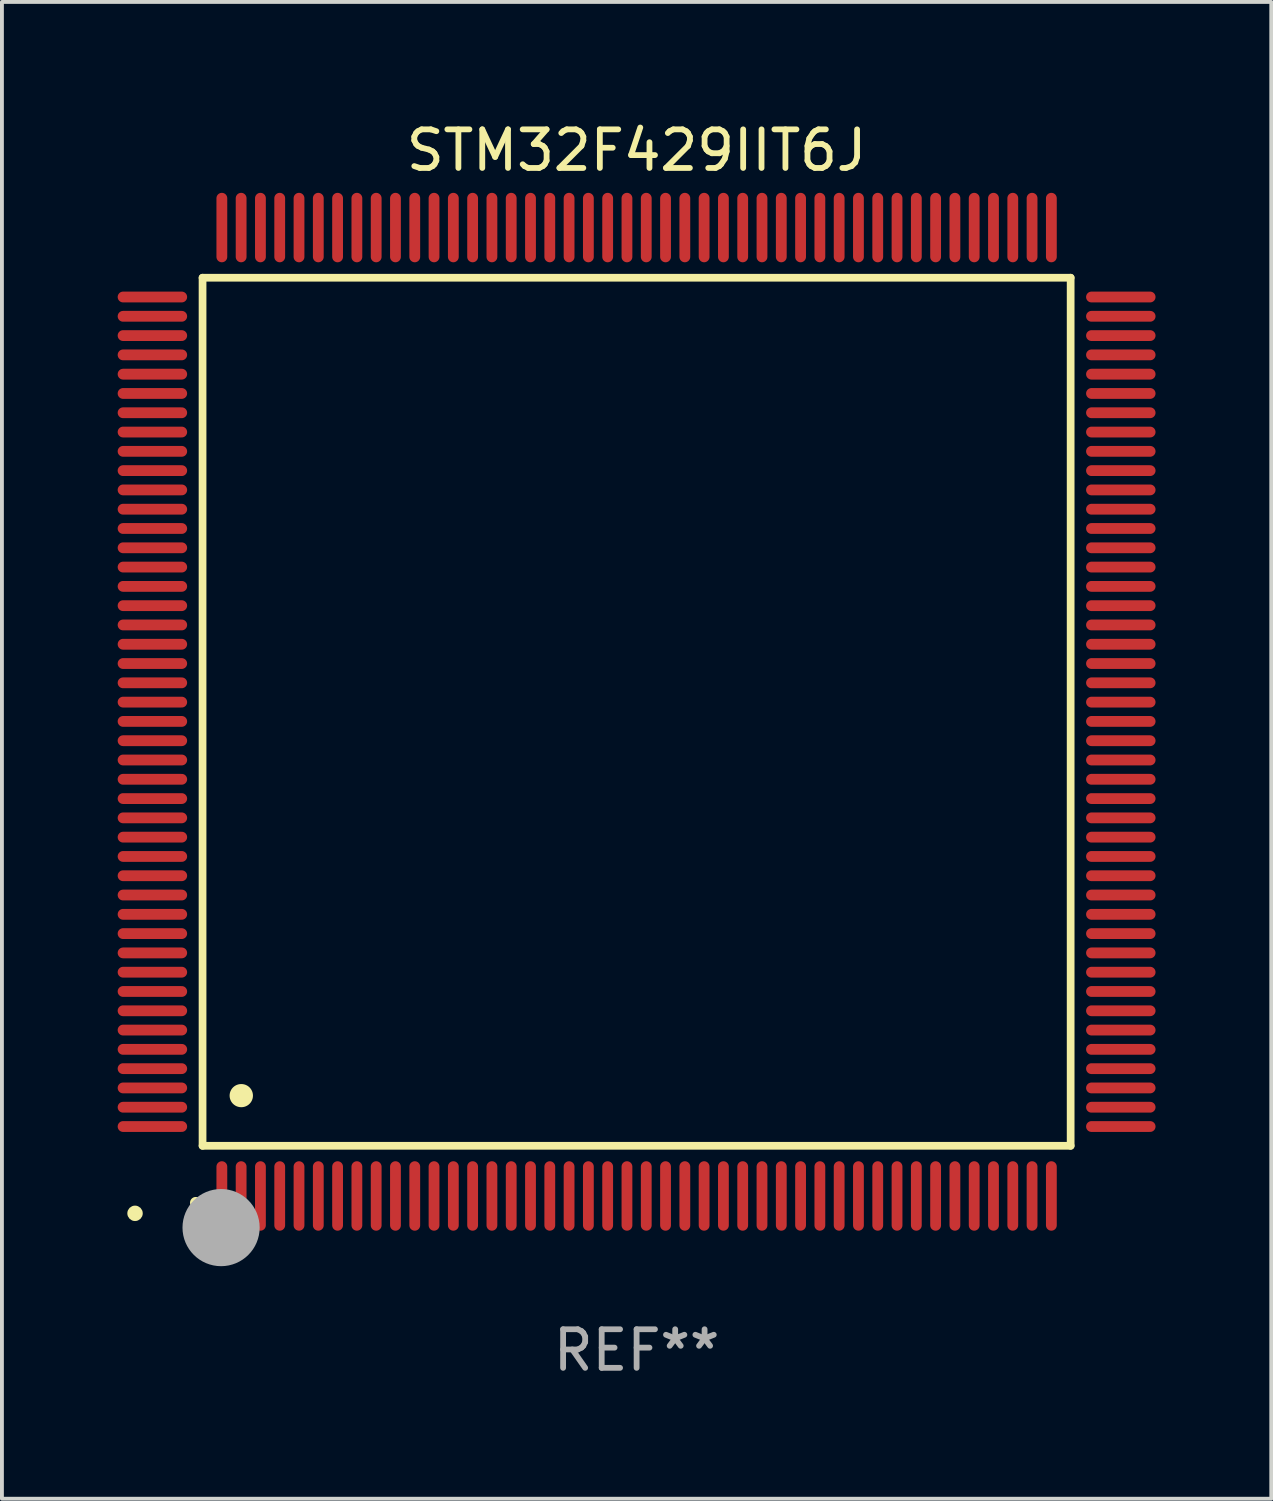
<source format=kicad_pcb>
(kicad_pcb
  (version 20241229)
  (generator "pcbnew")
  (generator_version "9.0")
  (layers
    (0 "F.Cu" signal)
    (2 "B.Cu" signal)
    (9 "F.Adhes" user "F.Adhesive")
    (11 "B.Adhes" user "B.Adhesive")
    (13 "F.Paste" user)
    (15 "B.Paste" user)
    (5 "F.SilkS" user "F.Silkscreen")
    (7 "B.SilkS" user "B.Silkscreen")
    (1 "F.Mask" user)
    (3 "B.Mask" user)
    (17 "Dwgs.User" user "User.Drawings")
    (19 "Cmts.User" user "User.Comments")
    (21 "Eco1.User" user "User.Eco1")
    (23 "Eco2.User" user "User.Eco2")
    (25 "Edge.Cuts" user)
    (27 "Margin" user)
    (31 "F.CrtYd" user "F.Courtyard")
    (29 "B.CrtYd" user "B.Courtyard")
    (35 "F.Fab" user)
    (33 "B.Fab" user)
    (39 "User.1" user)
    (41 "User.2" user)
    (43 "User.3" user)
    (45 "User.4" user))
  (footprint "STM32F429IIT6J"
    (layer "F.Cu")
    (at 13.45 15.398)
    (property "Reference" "STM32F429IIT6J" (at 0 -14.55 0) (layer "F.SilkS") (effects (font (size 1 1) (thickness 0.15))))
    (attr through_hole)
    (fp_line (start -11.25 -11.25) (end 11.25 -11.25) (stroke (width 0.2) (type solid)) (layer "F.SilkS"))
    (fp_line (start -11.25 11.25) (end -11.25 -11.25) (stroke (width 0.2) (type solid)) (layer "F.SilkS"))
    (fp_line (start 11.25 -11.25) (end 11.25 11.25) (stroke (width 0.2) (type solid)) (layer "F.SilkS"))
    (fp_line (start 11.25 11.25) (end -11.25 11.25) (stroke (width 0.2) (type solid)) (layer "F.SilkS"))
    (fp_arc (start -11.424943 12.725425) (mid -11.423673 12.72542) (end -11.422403 12.725425) (stroke (width 0.3) (type solid)) (layer "F.SilkS"))
    (fp_arc (start -10.24892 9.9492) (mid -10.24638 9.949189) (end -10.24384 9.9492) (stroke (width 0.6) (type solid)) (layer "F.SilkS"))
    (fp_circle (center -13 13) (end -12.9 13) (stroke (width 0.2) (type solid)) (fill no) (layer "F.SilkS"))
    (fp_circle (center -10.77 13.37) (end -10.27 13.37) (stroke (width 1) (type solid)) (fill no) (layer "F.Fab"))
    (fp_text user "REF**" (at 0 16.55 0) (layer "F.Fab") (effects (font (size 1 1) (thickness 0.15))))
    (pad "1" smd oval (at -10.75 12.55) (size 0.28 1.8) (layers "F.Cu" "F.Mask" "F.Paste"))
    (pad "2" smd oval (at -10.25 12.55) (size 0.28 1.8) (layers "F.Cu" "F.Mask" "F.Paste"))
    (pad "3" smd oval (at -9.75 12.55) (size 0.28 1.8) (layers "F.Cu" "F.Mask" "F.Paste"))
    (pad "4" smd oval (at -9.25 12.55) (size 0.28 1.8) (layers "F.Cu" "F.Mask" "F.Paste"))
    (pad "5" smd oval (at -8.75 12.55) (size 0.28 1.8) (layers "F.Cu" "F.Mask" "F.Paste"))
    (pad "6" smd oval (at -8.25 12.55) (size 0.28 1.8) (layers "F.Cu" "F.Mask" "F.Paste"))
    (pad "7" smd oval (at -7.75 12.55) (size 0.28 1.8) (layers "F.Cu" "F.Mask" "F.Paste"))
    (pad "8" smd oval (at -7.25 12.55) (size 0.28 1.8) (layers "F.Cu" "F.Mask" "F.Paste"))
    (pad "9" smd oval (at -6.75 12.55) (size 0.28 1.8) (layers "F.Cu" "F.Mask" "F.Paste"))
    (pad "10" smd oval (at -6.25 12.55) (size 0.28 1.8) (layers "F.Cu" "F.Mask" "F.Paste"))
    (pad "11" smd oval (at -5.75 12.55) (size 0.28 1.8) (layers "F.Cu" "F.Mask" "F.Paste"))
    (pad "12" smd oval (at -5.25 12.55) (size 0.28 1.8) (layers "F.Cu" "F.Mask" "F.Paste"))
    (pad "13" smd oval (at -4.75 12.55) (size 0.28 1.8) (layers "F.Cu" "F.Mask" "F.Paste"))
    (pad "14" smd oval (at -4.25 12.55) (size 0.28 1.8) (layers "F.Cu" "F.Mask" "F.Paste"))
    (pad "15" smd oval (at -3.75 12.55) (size 0.28 1.8) (layers "F.Cu" "F.Mask" "F.Paste"))
    (pad "16" smd oval (at -3.25 12.55) (size 0.28 1.8) (layers "F.Cu" "F.Mask" "F.Paste"))
    (pad "17" smd oval (at -2.75 12.55) (size 0.28 1.8) (layers "F.Cu" "F.Mask" "F.Paste"))
    (pad "18" smd oval (at -2.25 12.55) (size 0.28 1.8) (layers "F.Cu" "F.Mask" "F.Paste"))
    (pad "19" smd oval (at -1.75 12.55) (size 0.28 1.8) (layers "F.Cu" "F.Mask" "F.Paste"))
    (pad "20" smd oval (at -1.25 12.55) (size 0.28 1.8) (layers "F.Cu" "F.Mask" "F.Paste"))
    (pad "21" smd oval (at -0.75 12.55) (size 0.28 1.8) (layers "F.Cu" "F.Mask" "F.Paste"))
    (pad "22" smd oval (at -0.25 12.55) (size 0.28 1.8) (layers "F.Cu" "F.Mask" "F.Paste"))
    (pad "23" smd oval (at 0.25 12.55) (size 0.28 1.8) (layers "F.Cu" "F.Mask" "F.Paste"))
    (pad "24" smd oval (at 0.75 12.55) (size 0.28 1.8) (layers "F.Cu" "F.Mask" "F.Paste"))
    (pad "25" smd oval (at 1.25 12.55) (size 0.28 1.8) (layers "F.Cu" "F.Mask" "F.Paste"))
    (pad "26" smd oval (at 1.75 12.55) (size 0.28 1.8) (layers "F.Cu" "F.Mask" "F.Paste"))
    (pad "27" smd oval (at 2.25 12.55) (size 0.28 1.8) (layers "F.Cu" "F.Mask" "F.Paste"))
    (pad "28" smd oval (at 2.75 12.55) (size 0.28 1.8) (layers "F.Cu" "F.Mask" "F.Paste"))
    (pad "29" smd oval (at 3.25 12.55) (size 0.28 1.8) (layers "F.Cu" "F.Mask" "F.Paste"))
    (pad "30" smd oval (at 3.75 12.55) (size 0.28 1.8) (layers "F.Cu" "F.Mask" "F.Paste"))
    (pad "31" smd oval (at 4.25 12.55) (size 0.28 1.8) (layers "F.Cu" "F.Mask" "F.Paste"))
    (pad "32" smd oval (at 4.75 12.55) (size 0.28 1.8) (layers "F.Cu" "F.Mask" "F.Paste"))
    (pad "33" smd oval (at 5.25 12.55) (size 0.28 1.8) (layers "F.Cu" "F.Mask" "F.Paste"))
    (pad "34" smd oval (at 5.75 12.55) (size 0.28 1.8) (layers "F.Cu" "F.Mask" "F.Paste"))
    (pad "35" smd oval (at 6.25 12.55) (size 0.28 1.8) (layers "F.Cu" "F.Mask" "F.Paste"))
    (pad "36" smd oval (at 6.75 12.55) (size 0.28 1.8) (layers "F.Cu" "F.Mask" "F.Paste"))
    (pad "37" smd oval (at 7.25 12.55) (size 0.28 1.8) (layers "F.Cu" "F.Mask" "F.Paste"))
    (pad "38" smd oval (at 7.75 12.55) (size 0.28 1.8) (layers "F.Cu" "F.Mask" "F.Paste"))
    (pad "39" smd oval (at 8.25 12.55) (size 0.28 1.8) (layers "F.Cu" "F.Mask" "F.Paste"))
    (pad "40" smd oval (at 8.75 12.55) (size 0.28 1.8) (layers "F.Cu" "F.Mask" "F.Paste"))
    (pad "41" smd oval (at 9.25 12.55) (size 0.28 1.8) (layers "F.Cu" "F.Mask" "F.Paste"))
    (pad "42" smd oval (at 9.75 12.55) (size 0.28 1.8) (layers "F.Cu" "F.Mask" "F.Paste"))
    (pad "43" smd oval (at 10.25 12.55) (size 0.28 1.8) (layers "F.Cu" "F.Mask" "F.Paste"))
    (pad "44" smd oval (at 10.75 12.55) (size 0.28 1.8) (layers "F.Cu" "F.Mask" "F.Paste"))
    (pad "45" smd oval (at 12.55 10.75) (size 1.8 0.28) (layers "F.Cu" "F.Mask" "F.Paste"))
    (pad "46" smd oval (at 12.55 10.25) (size 1.8 0.28) (layers "F.Cu" "F.Mask" "F.Paste"))
    (pad "47" smd oval (at 12.55 9.75) (size 1.8 0.28) (layers "F.Cu" "F.Mask" "F.Paste"))
    (pad "48" smd oval (at 12.55 9.25) (size 1.8 0.28) (layers "F.Cu" "F.Mask" "F.Paste"))
    (pad "49" smd oval (at 12.55 8.75) (size 1.8 0.28) (layers "F.Cu" "F.Mask" "F.Paste"))
    (pad "50" smd oval (at 12.55 8.25) (size 1.8 0.28) (layers "F.Cu" "F.Mask" "F.Paste"))
    (pad "51" smd oval (at 12.55 7.75) (size 1.8 0.28) (layers "F.Cu" "F.Mask" "F.Paste"))
    (pad "52" smd oval (at 12.55 7.25) (size 1.8 0.28) (layers "F.Cu" "F.Mask" "F.Paste"))
    (pad "53" smd oval (at 12.55 6.75) (size 1.8 0.28) (layers "F.Cu" "F.Mask" "F.Paste"))
    (pad "54" smd oval (at 12.55 6.25) (size 1.8 0.28) (layers "F.Cu" "F.Mask" "F.Paste"))
    (pad "55" smd oval (at 12.55 5.75) (size 1.8 0.28) (layers "F.Cu" "F.Mask" "F.Paste"))
    (pad "56" smd oval (at 12.55 5.25) (size 1.8 0.28) (layers "F.Cu" "F.Mask" "F.Paste"))
    (pad "57" smd oval (at 12.55 4.75) (size 1.8 0.28) (layers "F.Cu" "F.Mask" "F.Paste"))
    (pad "58" smd oval (at 12.55 4.25) (size 1.8 0.28) (layers "F.Cu" "F.Mask" "F.Paste"))
    (pad "59" smd oval (at 12.55 3.75) (size 1.8 0.28) (layers "F.Cu" "F.Mask" "F.Paste"))
    (pad "60" smd oval (at 12.55 3.25) (size 1.8 0.28) (layers "F.Cu" "F.Mask" "F.Paste"))
    (pad "61" smd oval (at 12.55 2.75) (size 1.8 0.28) (layers "F.Cu" "F.Mask" "F.Paste"))
    (pad "62" smd oval (at 12.55 2.25) (size 1.8 0.28) (layers "F.Cu" "F.Mask" "F.Paste"))
    (pad "63" smd oval (at 12.55 1.75) (size 1.8 0.28) (layers "F.Cu" "F.Mask" "F.Paste"))
    (pad "64" smd oval (at 12.55 1.25) (size 1.8 0.28) (layers "F.Cu" "F.Mask" "F.Paste"))
    (pad "65" smd oval (at 12.55 0.75) (size 1.8 0.28) (layers "F.Cu" "F.Mask" "F.Paste"))
    (pad "66" smd oval (at 12.55 0.25) (size 1.8 0.28) (layers "F.Cu" "F.Mask" "F.Paste"))
    (pad "67" smd oval (at 12.55 -0.25) (size 1.8 0.28) (layers "F.Cu" "F.Mask" "F.Paste"))
    (pad "68" smd oval (at 12.55 -0.75) (size 1.8 0.28) (layers "F.Cu" "F.Mask" "F.Paste"))
    (pad "69" smd oval (at 12.55 -1.25) (size 1.8 0.28) (layers "F.Cu" "F.Mask" "F.Paste"))
    (pad "70" smd oval (at 12.55 -1.75) (size 1.8 0.28) (layers "F.Cu" "F.Mask" "F.Paste"))
    (pad "71" smd oval (at 12.55 -2.25) (size 1.8 0.28) (layers "F.Cu" "F.Mask" "F.Paste"))
    (pad "72" smd oval (at 12.55 -2.75) (size 1.8 0.28) (layers "F.Cu" "F.Mask" "F.Paste"))
    (pad "73" smd oval (at 12.55 -3.25) (size 1.8 0.28) (layers "F.Cu" "F.Mask" "F.Paste"))
    (pad "74" smd oval (at 12.55 -3.75) (size 1.8 0.28) (layers "F.Cu" "F.Mask" "F.Paste"))
    (pad "75" smd oval (at 12.55 -4.25) (size 1.8 0.28) (layers "F.Cu" "F.Mask" "F.Paste"))
    (pad "76" smd oval (at 12.55 -4.75) (size 1.8 0.28) (layers "F.Cu" "F.Mask" "F.Paste"))
    (pad "77" smd oval (at 12.55 -5.25) (size 1.8 0.28) (layers "F.Cu" "F.Mask" "F.Paste"))
    (pad "78" smd oval (at 12.55 -5.75) (size 1.8 0.28) (layers "F.Cu" "F.Mask" "F.Paste"))
    (pad "79" smd oval (at 12.55 -6.25) (size 1.8 0.28) (layers "F.Cu" "F.Mask" "F.Paste"))
    (pad "80" smd oval (at 12.55 -6.75) (size 1.8 0.28) (layers "F.Cu" "F.Mask" "F.Paste"))
    (pad "81" smd oval (at 12.55 -7.25) (size 1.8 0.28) (layers "F.Cu" "F.Mask" "F.Paste"))
    (pad "82" smd oval (at 12.55 -7.75) (size 1.8 0.28) (layers "F.Cu" "F.Mask" "F.Paste"))
    (pad "83" smd oval (at 12.55 -8.25) (size 1.8 0.28) (layers "F.Cu" "F.Mask" "F.Paste"))
    (pad "84" smd oval (at 12.55 -8.75) (size 1.8 0.28) (layers "F.Cu" "F.Mask" "F.Paste"))
    (pad "85" smd oval (at 12.55 -9.25) (size 1.8 0.28) (layers "F.Cu" "F.Mask" "F.Paste"))
    (pad "86" smd oval (at 12.55 -9.75) (size 1.8 0.28) (layers "F.Cu" "F.Mask" "F.Paste"))
    (pad "87" smd oval (at 12.55 -10.25) (size 1.8 0.28) (layers "F.Cu" "F.Mask" "F.Paste"))
    (pad "88" smd oval (at 12.55 -10.75) (size 1.8 0.28) (layers "F.Cu" "F.Mask" "F.Paste"))
    (pad "89" smd oval (at 10.75 -12.55) (size 0.28 1.8) (layers "F.Cu" "F.Mask" "F.Paste"))
    (pad "90" smd oval (at 10.25 -12.55) (size 0.28 1.8) (layers "F.Cu" "F.Mask" "F.Paste"))
    (pad "91" smd oval (at 9.75 -12.55) (size 0.28 1.8) (layers "F.Cu" "F.Mask" "F.Paste"))
    (pad "92" smd oval (at 9.25 -12.55) (size 0.28 1.8) (layers "F.Cu" "F.Mask" "F.Paste"))
    (pad "93" smd oval (at 8.75 -12.55) (size 0.28 1.8) (layers "F.Cu" "F.Mask" "F.Paste"))
    (pad "94" smd oval (at 8.25 -12.55) (size 0.28 1.8) (layers "F.Cu" "F.Mask" "F.Paste"))
    (pad "95" smd oval (at 7.75 -12.55) (size 0.28 1.8) (layers "F.Cu" "F.Mask" "F.Paste"))
    (pad "96" smd oval (at 7.25 -12.55) (size 0.28 1.8) (layers "F.Cu" "F.Mask" "F.Paste"))
    (pad "97" smd oval (at 6.75 -12.55) (size 0.28 1.8) (layers "F.Cu" "F.Mask" "F.Paste"))
    (pad "98" smd oval (at 6.25 -12.55) (size 0.28 1.8) (layers "F.Cu" "F.Mask" "F.Paste"))
    (pad "99" smd oval (at 5.75 -12.55) (size 0.28 1.8) (layers "F.Cu" "F.Mask" "F.Paste"))
    (pad "100" smd oval (at 5.25 -12.55) (size 0.28 1.8) (layers "F.Cu" "F.Mask" "F.Paste"))
    (pad "101" smd oval (at 4.75 -12.55) (size 0.28 1.8) (layers "F.Cu" "F.Mask" "F.Paste"))
    (pad "102" smd oval (at 4.25 -12.55) (size 0.28 1.8) (layers "F.Cu" "F.Mask" "F.Paste"))
    (pad "103" smd oval (at 3.75 -12.55) (size 0.28 1.8) (layers "F.Cu" "F.Mask" "F.Paste"))
    (pad "104" smd oval (at 3.25 -12.55) (size 0.28 1.8) (layers "F.Cu" "F.Mask" "F.Paste"))
    (pad "105" smd oval (at 2.75 -12.55) (size 0.28 1.8) (layers "F.Cu" "F.Mask" "F.Paste"))
    (pad "106" smd oval (at 2.25 -12.55) (size 0.28 1.8) (layers "F.Cu" "F.Mask" "F.Paste"))
    (pad "107" smd oval (at 1.75 -12.55) (size 0.28 1.8) (layers "F.Cu" "F.Mask" "F.Paste"))
    (pad "108" smd oval (at 1.25 -12.55) (size 0.28 1.8) (layers "F.Cu" "F.Mask" "F.Paste"))
    (pad "109" smd oval (at 0.75 -12.55) (size 0.28 1.8) (layers "F.Cu" "F.Mask" "F.Paste"))
    (pad "110" smd oval (at 0.25 -12.55) (size 0.28 1.8) (layers "F.Cu" "F.Mask" "F.Paste"))
    (pad "111" smd oval (at -0.25 -12.55) (size 0.28 1.8) (layers "F.Cu" "F.Mask" "F.Paste"))
    (pad "112" smd oval (at -0.75 -12.55) (size 0.28 1.8) (layers "F.Cu" "F.Mask" "F.Paste"))
    (pad "113" smd oval (at -1.25 -12.55) (size 0.28 1.8) (layers "F.Cu" "F.Mask" "F.Paste"))
    (pad "114" smd oval (at -1.75 -12.55) (size 0.28 1.8) (layers "F.Cu" "F.Mask" "F.Paste"))
    (pad "115" smd oval (at -2.25 -12.55) (size 0.28 1.8) (layers "F.Cu" "F.Mask" "F.Paste"))
    (pad "116" smd oval (at -2.75 -12.55) (size 0.28 1.8) (layers "F.Cu" "F.Mask" "F.Paste"))
    (pad "117" smd oval (at -3.25 -12.55) (size 0.28 1.8) (layers "F.Cu" "F.Mask" "F.Paste"))
    (pad "118" smd oval (at -3.75 -12.55) (size 0.28 1.8) (layers "F.Cu" "F.Mask" "F.Paste"))
    (pad "119" smd oval (at -4.25 -12.55) (size 0.28 1.8) (layers "F.Cu" "F.Mask" "F.Paste"))
    (pad "120" smd oval (at -4.75 -12.55) (size 0.28 1.8) (layers "F.Cu" "F.Mask" "F.Paste"))
    (pad "121" smd oval (at -5.25 -12.55) (size 0.28 1.8) (layers "F.Cu" "F.Mask" "F.Paste"))
    (pad "122" smd oval (at -5.75 -12.55) (size 0.28 1.8) (layers "F.Cu" "F.Mask" "F.Paste"))
    (pad "123" smd oval (at -6.25 -12.55) (size 0.28 1.8) (layers "F.Cu" "F.Mask" "F.Paste"))
    (pad "124" smd oval (at -6.75 -12.55) (size 0.28 1.8) (layers "F.Cu" "F.Mask" "F.Paste"))
    (pad "125" smd oval (at -7.25 -12.55) (size 0.28 1.8) (layers "F.Cu" "F.Mask" "F.Paste"))
    (pad "126" smd oval (at -7.75 -12.55) (size 0.28 1.8) (layers "F.Cu" "F.Mask" "F.Paste"))
    (pad "127" smd oval (at -8.25 -12.55) (size 0.28 1.8) (layers "F.Cu" "F.Mask" "F.Paste"))
    (pad "128" smd oval (at -8.75 -12.55) (size 0.28 1.8) (layers "F.Cu" "F.Mask" "F.Paste"))
    (pad "129" smd oval (at -9.25 -12.55) (size 0.28 1.8) (layers "F.Cu" "F.Mask" "F.Paste"))
    (pad "130" smd oval (at -9.75 -12.55) (size 0.28 1.8) (layers "F.Cu" "F.Mask" "F.Paste"))
    (pad "131" smd oval (at -10.25 -12.55) (size 0.28 1.8) (layers "F.Cu" "F.Mask" "F.Paste"))
    (pad "132" smd oval (at -10.75 -12.55) (size 0.28 1.8) (layers "F.Cu" "F.Mask" "F.Paste"))
    (pad "133" smd oval (at -12.55 -10.75) (size 1.8 0.28) (layers "F.Cu" "F.Mask" "F.Paste"))
    (pad "134" smd oval (at -12.55 -10.25) (size 1.8 0.28) (layers "F.Cu" "F.Mask" "F.Paste"))
    (pad "135" smd oval (at -12.55 -9.75) (size 1.8 0.28) (layers "F.Cu" "F.Mask" "F.Paste"))
    (pad "136" smd oval (at -12.55 -9.25) (size 1.8 0.28) (layers "F.Cu" "F.Mask" "F.Paste"))
    (pad "137" smd oval (at -12.55 -8.75) (size 1.8 0.28) (layers "F.Cu" "F.Mask" "F.Paste"))
    (pad "138" smd oval (at -12.55 -8.25) (size 1.8 0.28) (layers "F.Cu" "F.Mask" "F.Paste"))
    (pad "139" smd oval (at -12.55 -7.75) (size 1.8 0.28) (layers "F.Cu" "F.Mask" "F.Paste"))
    (pad "140" smd oval (at -12.55 -7.25) (size 1.8 0.28) (layers "F.Cu" "F.Mask" "F.Paste"))
    (pad "141" smd oval (at -12.55 -6.75) (size 1.8 0.28) (layers "F.Cu" "F.Mask" "F.Paste"))
    (pad "142" smd oval (at -12.55 -6.25) (size 1.8 0.28) (layers "F.Cu" "F.Mask" "F.Paste"))
    (pad "143" smd oval (at -12.55 -5.75) (size 1.8 0.28) (layers "F.Cu" "F.Mask" "F.Paste"))
    (pad "144" smd oval (at -12.55 -5.25) (size 1.8 0.28) (layers "F.Cu" "F.Mask" "F.Paste"))
    (pad "145" smd oval (at -12.55 -4.75) (size 1.8 0.28) (layers "F.Cu" "F.Mask" "F.Paste"))
    (pad "146" smd oval (at -12.55 -4.25) (size 1.8 0.28) (layers "F.Cu" "F.Mask" "F.Paste"))
    (pad "147" smd oval (at -12.55 -3.75) (size 1.8 0.28) (layers "F.Cu" "F.Mask" "F.Paste"))
    (pad "148" smd oval (at -12.55 -3.25) (size 1.8 0.28) (layers "F.Cu" "F.Mask" "F.Paste"))
    (pad "149" smd oval (at -12.55 -2.75) (size 1.8 0.28) (layers "F.Cu" "F.Mask" "F.Paste"))
    (pad "150" smd oval (at -12.55 -2.25) (size 1.8 0.28) (layers "F.Cu" "F.Mask" "F.Paste"))
    (pad "151" smd oval (at -12.55 -1.75) (size 1.8 0.28) (layers "F.Cu" "F.Mask" "F.Paste"))
    (pad "152" smd oval (at -12.55 -1.25) (size 1.8 0.28) (layers "F.Cu" "F.Mask" "F.Paste"))
    (pad "153" smd oval (at -12.55 -0.75) (size 1.8 0.28) (layers "F.Cu" "F.Mask" "F.Paste"))
    (pad "154" smd oval (at -12.55 -0.25) (size 1.8 0.28) (layers "F.Cu" "F.Mask" "F.Paste"))
    (pad "155" smd oval (at -12.55 0.25) (size 1.8 0.28) (layers "F.Cu" "F.Mask" "F.Paste"))
    (pad "156" smd oval (at -12.55 0.75) (size 1.8 0.28) (layers "F.Cu" "F.Mask" "F.Paste"))
    (pad "157" smd oval (at -12.55 1.25) (size 1.8 0.28) (layers "F.Cu" "F.Mask" "F.Paste"))
    (pad "158" smd oval (at -12.55 1.75) (size 1.8 0.28) (layers "F.Cu" "F.Mask" "F.Paste"))
    (pad "159" smd oval (at -12.55 2.25) (size 1.8 0.28) (layers "F.Cu" "F.Mask" "F.Paste"))
    (pad "160" smd oval (at -12.55 2.75) (size 1.8 0.28) (layers "F.Cu" "F.Mask" "F.Paste"))
    (pad "161" smd oval (at -12.55 3.25) (size 1.8 0.28) (layers "F.Cu" "F.Mask" "F.Paste"))
    (pad "162" smd oval (at -12.55 3.75) (size 1.8 0.28) (layers "F.Cu" "F.Mask" "F.Paste"))
    (pad "163" smd oval (at -12.55 4.25) (size 1.8 0.28) (layers "F.Cu" "F.Mask" "F.Paste"))
    (pad "164" smd oval (at -12.55 4.75) (size 1.8 0.28) (layers "F.Cu" "F.Mask" "F.Paste"))
    (pad "165" smd oval (at -12.55 5.25) (size 1.8 0.28) (layers "F.Cu" "F.Mask" "F.Paste"))
    (pad "166" smd oval (at -12.55 5.75) (size 1.8 0.28) (layers "F.Cu" "F.Mask" "F.Paste"))
    (pad "167" smd oval (at -12.55 6.25) (size 1.8 0.28) (layers "F.Cu" "F.Mask" "F.Paste"))
    (pad "168" smd oval (at -12.55 6.75) (size 1.8 0.28) (layers "F.Cu" "F.Mask" "F.Paste"))
    (pad "169" smd oval (at -12.55 7.25) (size 1.8 0.28) (layers "F.Cu" "F.Mask" "F.Paste"))
    (pad "170" smd oval (at -12.55 7.75) (size 1.8 0.28) (layers "F.Cu" "F.Mask" "F.Paste"))
    (pad "171" smd oval (at -12.55 8.25) (size 1.8 0.28) (layers "F.Cu" "F.Mask" "F.Paste"))
    (pad "172" smd oval (at -12.55 8.75) (size 1.8 0.28) (layers "F.Cu" "F.Mask" "F.Paste"))
    (pad "173" smd oval (at -12.55 9.25) (size 1.8 0.28) (layers "F.Cu" "F.Mask" "F.Paste"))
    (pad "174" smd oval (at -12.55 9.75) (size 1.8 0.28) (layers "F.Cu" "F.Mask" "F.Paste"))
    (pad "175" smd oval (at -12.55 10.25) (size 1.8 0.28) (layers "F.Cu" "F.Mask" "F.Paste"))
    (pad "176" smd oval (at -12.55 10.75) (size 1.8 0.28) (layers "F.Cu" "F.Mask" "F.Paste")))
  (gr_rect
    (start -3 -3)
    (end 29.9 35.796)
    (stroke (width 0.1) (type default))
    (fill no)
    (layer "Edge.Cuts")))
</source>
